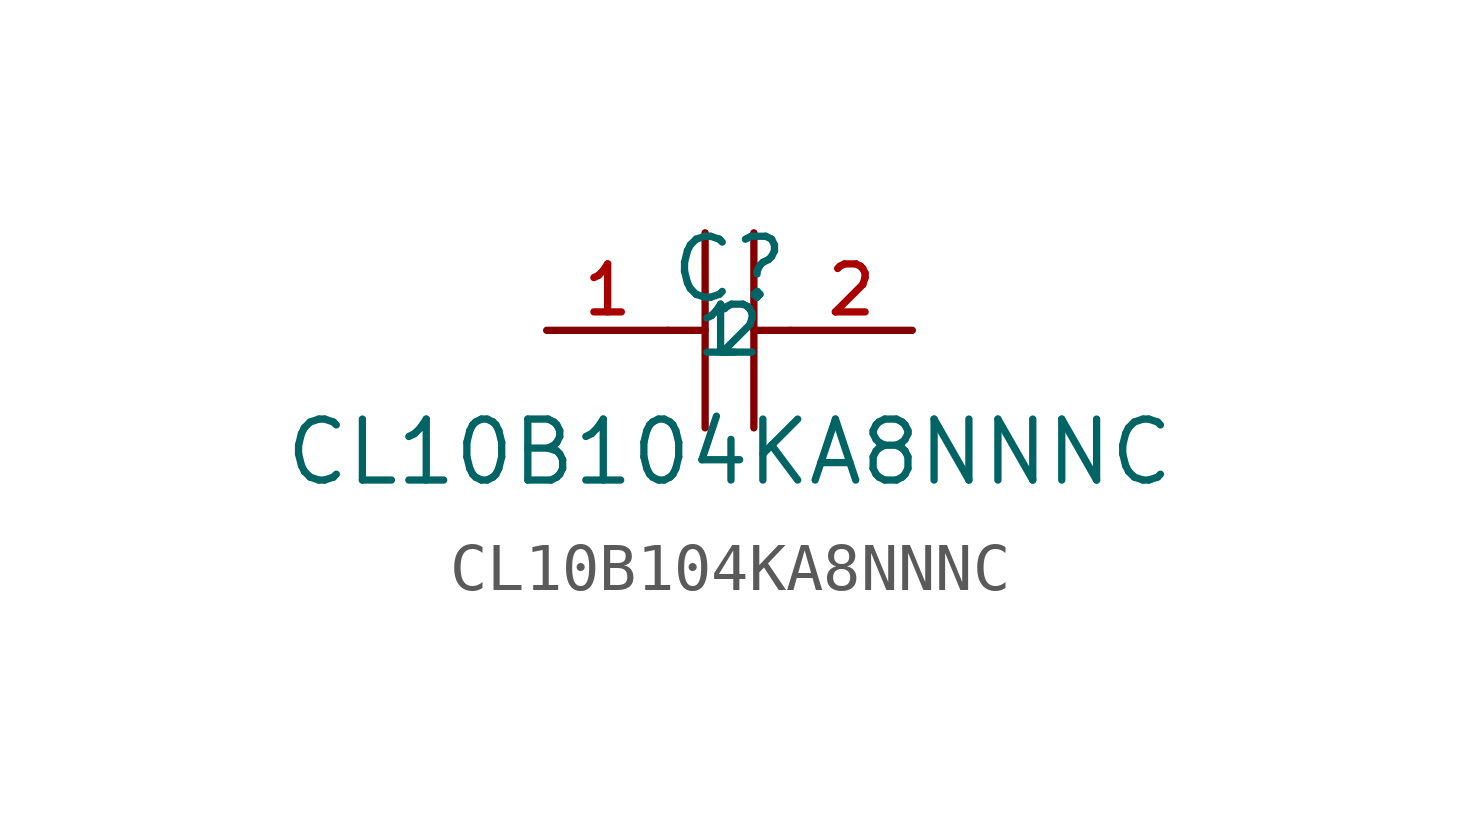
<source format=kicad_sym>
(kicad_symbol_lib
  (version 20210201)
  (generator TousstNicolas/JLC2KiCad_lib)
  (symbol "CL10B104KA8NNNC"
    (property "Reference" "C"
      (at 0 1.27 0)
      (effects (font (size 1.27 1.27))))
    (property "Value" "CL10B104KA8NNNC"
      (at 0 -2.54 0)
      (effects (font (size 1.27 1.27))))
    (symbol "CL10B104KA8NNNC_0_1"
      (polyline (pts (xy 0.508 -0.0) (xy 1.27 -0.0)) (stroke (width 0) (type default) (color 0 0 0 0)) (fill (type none)))
      (polyline (pts (xy -1.27 -0.0) (xy -0.508 -0.0)) (stroke (width 0) (type default) (color 0 0 0 0)) (fill (type none)))
      (pin input line (at 3.81 -0.0 180) (length 2.54) (name "2" (effects (font (size 1 1)))) (number "2" (effects (font (size 1 1)))))
      (pin input line (at -3.81 -0.0 0) (length 2.54) (name "1" (effects (font (size 1 1)))) (number "1" (effects (font (size 1 1)))))
      (polyline (pts (xy 0.508 2.032) (xy 0.508 -2.032)) (stroke (width 0) (type default) (color 0 0 0 0)) (fill (type none)))
      (polyline (pts (xy -0.508 2.032) (xy -0.508 -2.032)) (stroke (width 0) (type default) (color 0 0 0 0)) (fill (type none))))))
</source>
